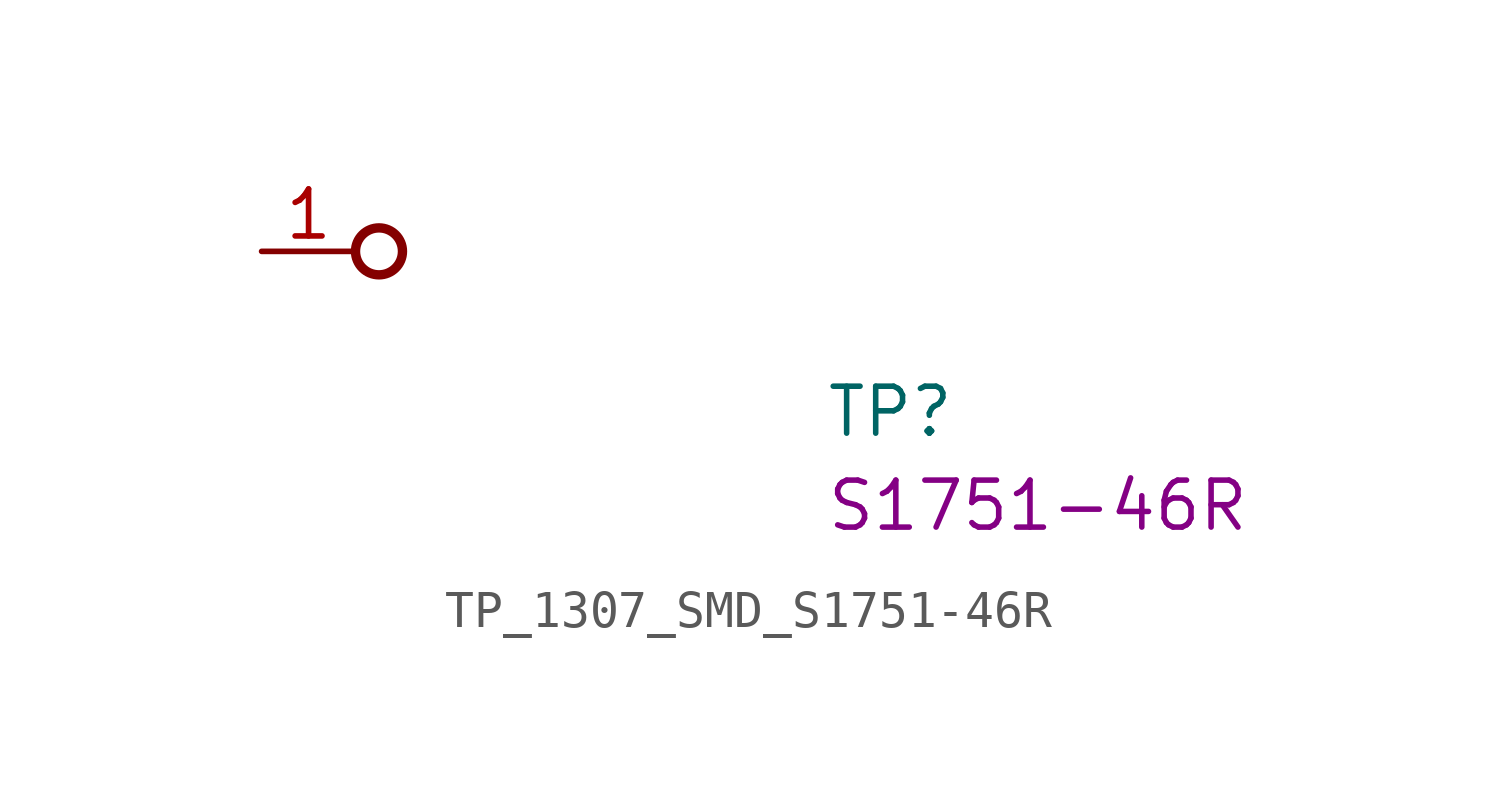
<source format=kicad_sym>
(kicad_symbol_lib
  (version 20220914)
  (generator kicad_symbol_editor)
  (symbol "TP_1307_SMD_S1751-46R"
    (pin_names hide)
    (property "Reference" "TP"
      (at 15.24 -5.08 0)
      (effects (font (size 1.27 1.27) (thickness 0.15)) (justify left bottom)))
    (property "MPN" "S1751-46R"
      (at 15.24 -7.62 0)
      (effects (font (size 1.27 1.27) (thickness 0.15)) (justify left bottom)))
    (symbol "TP_1307_SMD_S1751-46R_1_1"
      (circle (center 3.175 0) (radius 0.635) (stroke (width 0.254) (type default)) (fill (type none)))
      (pin passive line (at 0 0 0) (length 2.54) (name "1" (effects (font (size 1.27 1.27)))) (number "1" (effects (font (size 1.27 1.27))))))))
</source>
